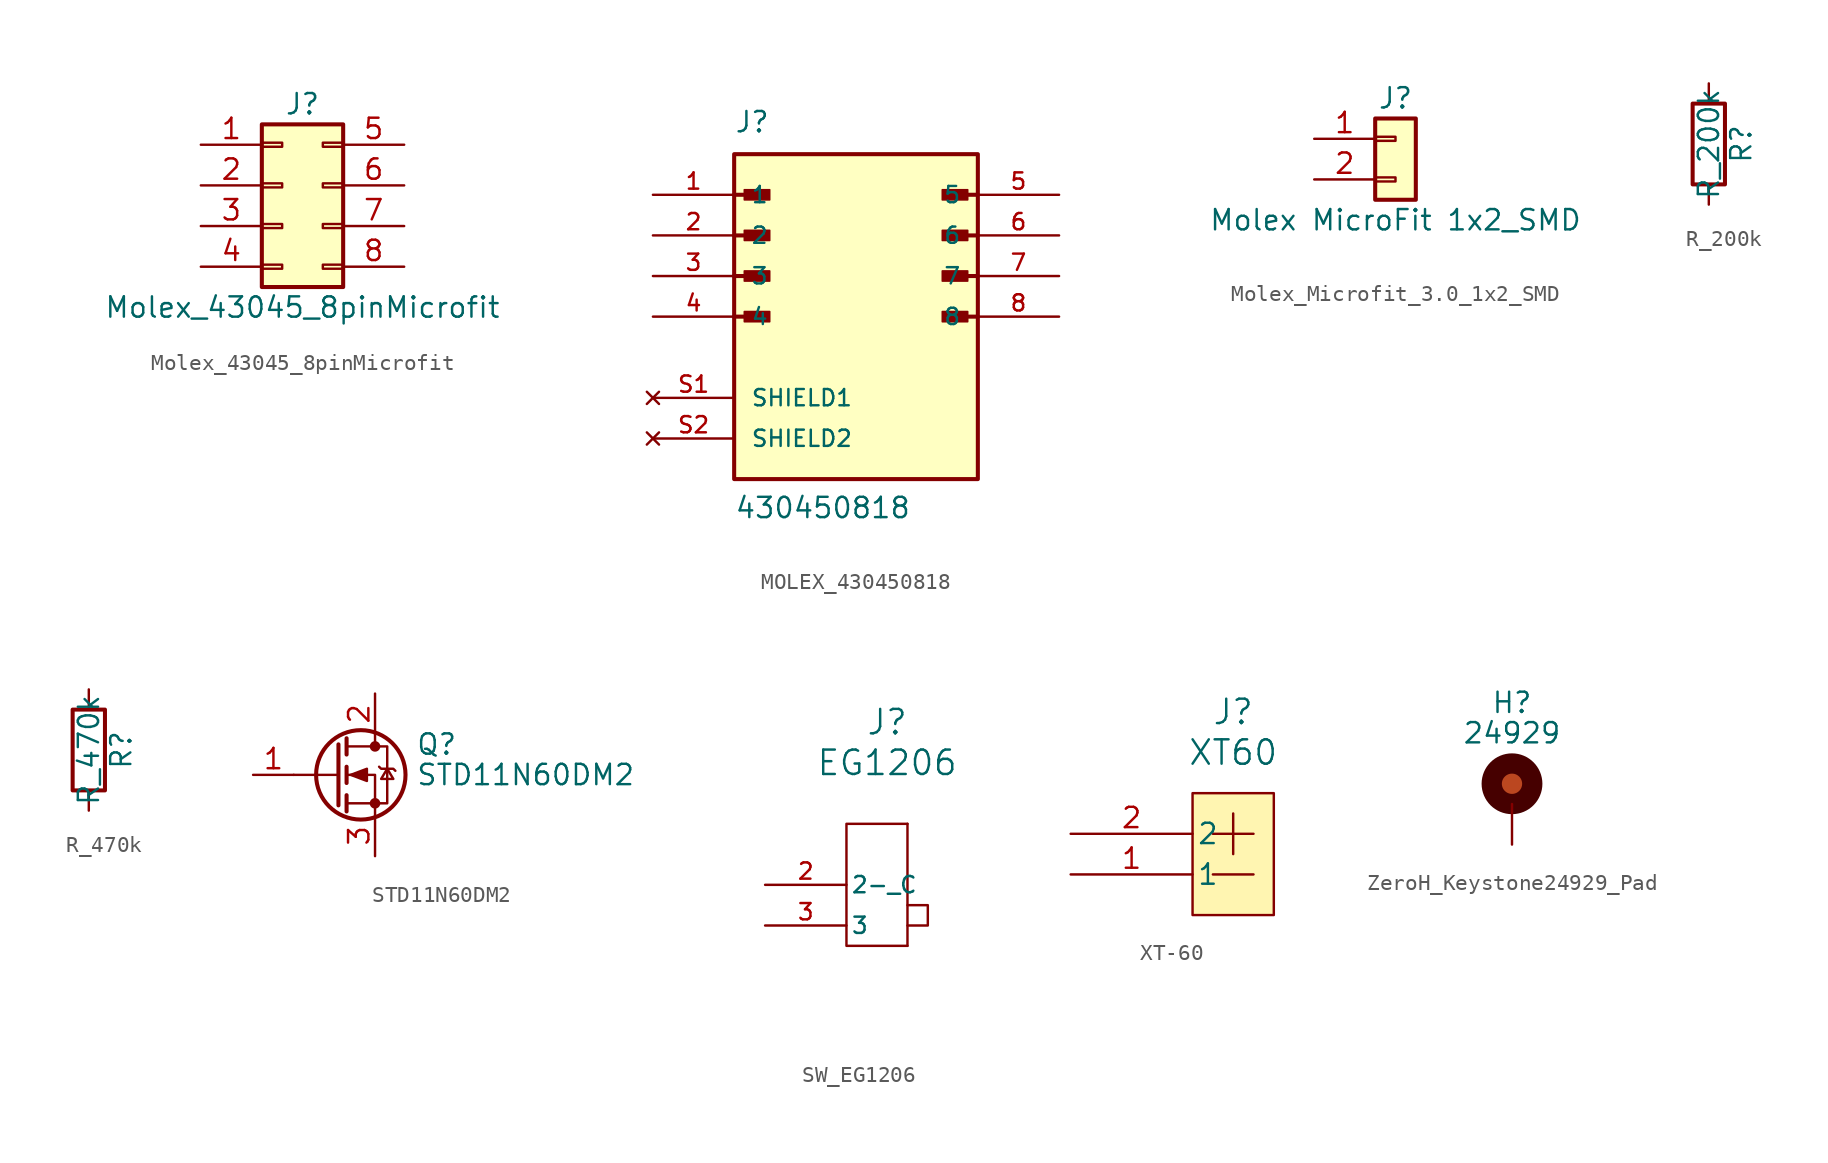
<source format=kicad_sym>
(kicad_symbol_lib
  (version 20220914)
  (generator kicad_symbol_editor)
  (symbol "Molex_43045_8pinMicrofit"
    (pin_names
      (offset 1.016) hide)
    (property "Reference" "J"
      (at 1.27 5.08 0)
      (effects (font (size 1.27 1.27))))
    (property "Value" "Molex_43045_8pinMicrofit"
      (at 1.27 -7.62 0)
      (effects (font (size 1.27 1.27))))
    (symbol "Molex_43045_8pinMicrofit_1_1"
      (rectangle (start -1.27 -4.953) (end 0 -5.207) (stroke (width 0.152) (type default)) (fill (type none)))
      (rectangle (start -1.27 -2.413) (end 0 -2.667) (stroke (width 0.152) (type default)) (fill (type none)))
      (rectangle (start -1.27 0.127) (end 0 -0.127) (stroke (width 0.152) (type default)) (fill (type none)))
      (rectangle (start -1.27 2.667) (end 0 2.413) (stroke (width 0.152) (type default)) (fill (type none)))
      (rectangle (start -1.27 3.81) (end 3.81 -6.35) (stroke (width 0.254) (type default)) (fill (type background)))
      (rectangle (start 3.81 -4.953) (end 2.54 -5.207) (stroke (width 0.152) (type default)) (fill (type none)))
      (rectangle (start 3.81 -2.413) (end 2.54 -2.667) (stroke (width 0.152) (type default)) (fill (type none)))
      (rectangle (start 3.81 0.127) (end 2.54 -0.127) (stroke (width 0.152) (type default)) (fill (type none)))
      (rectangle (start 3.81 2.667) (end 2.54 2.413) (stroke (width 0.152) (type default)) (fill (type none)))
      (pin passive line (at -5.08 2.54 0) (length 3.81) (name "Pin_1" (effects (font (size 1.27 1.27)))) (number "1" (effects (font (size 1.27 1.27)))))
      (pin passive line (at -5.08 0 0) (length 3.81) (name "Pin_2" (effects (font (size 1.27 1.27)))) (number "2" (effects (font (size 1.27 1.27)))))
      (pin passive line (at -5.08 -2.54 0) (length 3.81) (name "Pin_3" (effects (font (size 1.27 1.27)))) (number "3" (effects (font (size 1.27 1.27)))))
      (pin passive line (at -5.08 -5.08 0) (length 3.81) (name "Pin_4" (effects (font (size 1.27 1.27)))) (number "4" (effects (font (size 1.27 1.27)))))
      (pin passive line (at 7.62 2.54 180) (length 3.81) (name "Pin_5" (effects (font (size 1.27 1.27)))) (number "5" (effects (font (size 1.27 1.27)))))
      (pin passive line (at 7.62 0 180) (length 3.81) (name "Pin_6" (effects (font (size 1.27 1.27)))) (number "6" (effects (font (size 1.27 1.27)))))
      (pin passive line (at 7.62 -2.54 180) (length 3.81) (name "Pin_7" (effects (font (size 1.27 1.27)))) (number "7" (effects (font (size 1.27 1.27)))))
      (pin passive line (at 7.62 -5.08 180) (length 3.81) (name "Pin_8" (effects (font (size 1.27 1.27)))) (number "8" (effects (font (size 1.27 1.27)))))))
  (symbol "MOLEX_430450818"
    (pin_names
      (offset 1.016))
    (property "Reference" "J"
      (at -7.62 11.43 0)
      (effects (font (size 1.27 1.27)) (justify left bottom)))
    (property "Value" "430450818"
      (at -7.62 -12.7 0)
      (effects (font (size 1.27 1.27)) (justify left bottom)))
    (symbol "MOLEX_430450818_0_0"
      (rectangle (start -7.62 -10.16) (end 7.62 10.16) (stroke (width 0.254) (type default)) (fill (type background)))
      (rectangle (start -6.985 -0.318) (end -5.397 0.318) (stroke (width 0.1) (type default)) (fill (type outline)))
      (rectangle (start -6.985 2.223) (end -5.397 2.857) (stroke (width 0.1) (type default)) (fill (type outline)))
      (rectangle (start -6.985 4.763) (end -5.397 5.397) (stroke (width 0.1) (type default)) (fill (type outline)))
      (rectangle (start -6.985 7.303) (end -5.397 7.938) (stroke (width 0.1) (type default)) (fill (type outline)))
      (polyline (pts (xy -7.62 0) (xy -5.715 0)) (stroke (width 0.254) (type default)) (fill (type none)))
      (polyline (pts (xy -7.62 2.54) (xy -5.715 2.54)) (stroke (width 0.254) (type default)) (fill (type none)))
      (polyline (pts (xy -7.62 5.08) (xy -5.715 5.08)) (stroke (width 0.254) (type default)) (fill (type none)))
      (polyline (pts (xy -7.62 7.62) (xy -5.715 7.62)) (stroke (width 0.254) (type default)) (fill (type none)))
      (polyline (pts (xy 7.62 0) (xy 5.715 0)) (stroke (width 0.254) (type default)) (fill (type none)))
      (polyline (pts (xy 7.62 2.54) (xy 5.715 2.54)) (stroke (width 0.254) (type default)) (fill (type none)))
      (polyline (pts (xy 7.62 5.08) (xy 5.715 5.08)) (stroke (width 0.254) (type default)) (fill (type none)))
      (polyline (pts (xy 7.62 7.62) (xy 5.715 7.62)) (stroke (width 0.254) (type default)) (fill (type none)))
      (rectangle (start 5.397 -0.318) (end 6.985 0.318) (stroke (width 0.1) (type default)) (fill (type outline)))
      (rectangle (start 5.397 2.223) (end 6.985 2.857) (stroke (width 0.1) (type default)) (fill (type outline)))
      (rectangle (start 5.397 4.763) (end 6.985 5.397) (stroke (width 0.1) (type default)) (fill (type outline)))
      (rectangle (start 5.397 7.303) (end 6.985 7.938) (stroke (width 0.1) (type default)) (fill (type outline)))
      (pin passive line (at -12.7 7.62 0) (length 5.08) (name "1" (effects (font (size 1.016 1.016)))) (number "1" (effects (font (size 1.016 1.016)))))
      (pin passive line (at -12.7 5.08 0) (length 5.08) (name "2" (effects (font (size 1.016 1.016)))) (number "2" (effects (font (size 1.016 1.016)))))
      (pin passive line (at -12.7 2.54 0) (length 5.08) (name "3" (effects (font (size 1.016 1.016)))) (number "3" (effects (font (size 1.016 1.016)))))
      (pin passive line (at -12.7 0 0) (length 5.08) (name "4" (effects (font (size 1.016 1.016)))) (number "4" (effects (font (size 1.016 1.016)))))
      (pin passive line (at 12.7 7.62 180) (length 5.08) (name "5" (effects (font (size 1.016 1.016)))) (number "5" (effects (font (size 1.016 1.016)))))
      (pin passive line (at 12.7 5.08 180) (length 5.08) (name "6" (effects (font (size 1.016 1.016)))) (number "6" (effects (font (size 1.016 1.016)))))
      (pin passive line (at 12.7 2.54 180) (length 5.08) (name "7" (effects (font (size 1.016 1.016)))) (number "7" (effects (font (size 1.016 1.016)))))
      (pin passive line (at 12.7 0 180) (length 5.08) (name "8" (effects (font (size 1.016 1.016)))) (number "8" (effects (font (size 1.016 1.016))))))
    (symbol "MOLEX_430450818_1_0"
      (pin no_connect line (at -12.7 -5.08 0) (length 5.08) (name "SHIELD1" (effects (font (size 1.016 1.016)))) (number "S1" (effects (font (size 1.016 1.016)))))
      (pin no_connect line (at -12.7 -7.62 0) (length 5.08) (name "SHIELD2" (effects (font (size 1.016 1.016)))) (number "S2" (effects (font (size 1.016 1.016)))))))
  (symbol "Molex_Microfit_3.0_1x2_SMD"
    (pin_names
      (offset 1.016) hide)
    (property "Reference" "J"
      (at 0 2.54 0)
      (effects (font (size 1.27 1.27))))
    (property "Value" "Molex MicroFit 1x2_SMD"
      (at 0 -5.08 0)
      (effects (font (size 1.27 1.27))))
    (symbol "Molex_Microfit_3.0_1x2_SMD_1_1"
      (rectangle (start -1.27 -2.413) (end 0 -2.667) (stroke (width 0.152) (type default)) (fill (type none)))
      (rectangle (start -1.27 0.127) (end 0 -0.127) (stroke (width 0.152) (type default)) (fill (type none)))
      (rectangle (start -1.27 1.27) (end 1.27 -3.81) (stroke (width 0.254) (type default)) (fill (type background)))
      (pin passive line (at -5.08 0 0) (length 3.81) (name "Pin_1" (effects (font (size 1.27 1.27)))) (number "1" (effects (font (size 1.27 1.27)))))
      (pin passive line (at -5.08 -2.54 0) (length 3.81) (name "Pin_2" (effects (font (size 1.27 1.27)))) (number "2" (effects (font (size 1.27 1.27)))))
      (pin no_connect line (at 0 -7.62 90) (length 3.81) hide (name "MP1" (effects (font (size 1.27 1.27)))) (number "MP1" (effects (font (size 1.27 1.27)))))
      (pin no_connect line (at 2.54 -7.62 90) (length 3.81) hide (name "MP2" (effects (font (size 1.27 1.27)))) (number "MP2" (effects (font (size 1.27 1.27)))))))
  (symbol "R_200k"
    (pin_numbers hide)
    (pin_names
      (offset 0))
    (property "Reference" "R"
      (at 2.032 0 90)
      (effects (font (size 1.27 1.27))))
    (property "Value" "R_200k"
      (at 0 0 90)
      (effects (font (size 1.27 1.27))))
    (symbol "R_200k_0_1"
      (rectangle (start -1.016 -2.54) (end 1.016 2.54) (stroke (width 0.254) (type default)) (fill (type none))))
    (symbol "R_200k_1_1"
      (pin passive line (at 0 3.81 270) (length 1.27) (name "~" (effects (font (size 1.27 1.27)))) (number "1" (effects (font (size 1.27 1.27)))))
      (pin passive line (at 0 -3.81 90) (length 1.27) (name "~" (effects (font (size 1.27 1.27)))) (number "2" (effects (font (size 1.27 1.27)))))))
  (symbol "R_470k"
    (pin_numbers hide)
    (pin_names
      (offset 0))
    (property "Reference" "R"
      (at 2.032 0 90)
      (effects (font (size 1.27 1.27))))
    (property "Value" "R_470k"
      (at 0 0 90)
      (effects (font (size 1.27 1.27))))
    (symbol "R_470k_0_1"
      (rectangle (start -1.016 -2.54) (end 1.016 2.54) (stroke (width 0.254) (type default)) (fill (type none))))
    (symbol "R_470k_1_1"
      (pin passive line (at 0 3.81 270) (length 1.27) (name "~" (effects (font (size 1.27 1.27)))) (number "1" (effects (font (size 1.27 1.27)))))
      (pin passive line (at 0 -3.81 90) (length 1.27) (name "~" (effects (font (size 1.27 1.27)))) (number "2" (effects (font (size 1.27 1.27)))))))
  (symbol "STD11N60DM2"
    (pin_names hide)
    (property "Reference" "Q"
      (at 5.08 1.905 0)
      (effects (font (size 1.27 1.27)) (justify left)))
    (property "Value" "STD11N60DM2"
      (at 5.08 0 0)
      (effects (font (size 1.27 1.27)) (justify left)))
    (symbol "STD11N60DM2_0_1"
      (polyline (pts (xy 0.254 0) (xy -2.54 0)) (stroke (width 0) (type default)) (fill (type none)))
      (polyline (pts (xy 0.254 1.905) (xy 0.254 -1.905)) (stroke (width 0.254) (type default)) (fill (type none)))
      (polyline (pts (xy 0.762 -1.27) (xy 0.762 -2.286)) (stroke (width 0.254) (type default)) (fill (type none)))
      (polyline (pts (xy 0.762 0.508) (xy 0.762 -0.508)) (stroke (width 0.254) (type default)) (fill (type none)))
      (polyline (pts (xy 0.762 2.286) (xy 0.762 1.27)) (stroke (width 0.254) (type default)) (fill (type none)))
      (polyline (pts (xy 2.54 2.54) (xy 2.54 1.778)) (stroke (width 0) (type default)) (fill (type none)))
      (polyline (pts (xy 2.54 -2.54) (xy 2.54 0) (xy 0.762 0)) (stroke (width 0) (type default)) (fill (type none)))
      (polyline (pts (xy 0.762 -1.778) (xy 3.302 -1.778) (xy 3.302 1.778) (xy 0.762 1.778)) (stroke (width 0) (type default)) (fill (type none)))
      (polyline (pts (xy 1.016 0) (xy 2.032 0.381) (xy 2.032 -0.381) (xy 1.016 0)) (stroke (width 0) (type default)) (fill (type outline)))
      (polyline (pts (xy 2.794 0.508) (xy 2.921 0.381) (xy 3.683 0.381) (xy 3.81 0.254)) (stroke (width 0) (type default)) (fill (type none)))
      (polyline (pts (xy 3.302 0.381) (xy 2.921 -0.254) (xy 3.683 -0.254) (xy 3.302 0.381)) (stroke (width 0) (type default)) (fill (type none)))
      (circle (center 1.651 0) (radius 2.794) (stroke (width 0.254) (type default)) (fill (type none)))
      (circle (center 2.54 -1.778) (radius 0.254) (stroke (width 0) (type default)) (fill (type outline)))
      (circle (center 2.54 1.778) (radius 0.254) (stroke (width 0) (type default)) (fill (type outline))))
    (symbol "STD11N60DM2_1_1"
      (pin passive line (at -5.08 0 0) (length 2.54) (name "G" (effects (font (size 1.27 1.27)))) (number "1" (effects (font (size 1.27 1.27)))))
      (pin passive line (at 2.54 5.08 270) (length 2.54) (name "D" (effects (font (size 1.27 1.27)))) (number "2" (effects (font (size 1.27 1.27)))))
      (pin passive line (at 2.54 -5.08 90) (length 2.54) (name "S" (effects (font (size 1.27 1.27)))) (number "3" (effects (font (size 1.27 1.27)))))))
  (symbol "SW_EG1206"
    (pin_names
      (offset 0.254))
    (property "Reference" "J"
      (at 1.27 8.89 0)
      (effects (font (size 1.524 1.524))))
    (property "Value" "EG1206"
      (at 1.27 6.35 0)
      (effects (font (size 1.524 1.524))))
    (symbol "SW_EG1206_0_0"
      (pin bidirectional line (at -6.35 -1.27 0) (length 5.08) (name "2-_C" (effects (font (size 1.016 1.016)))) (number "2" (effects (font (size 1.016 1.016)))))
      (pin bidirectional line (at -6.35 -3.81 0) (length 5.08) (name "3" (effects (font (size 1.016 1.016)))) (number "3" (effects (font (size 1.016 1.016))))))
    (symbol "SW_EG1206_0_1"
      (polyline (pts (xy 2.54 -2.54) (xy 3.81 -2.54) (xy 3.81 -3.81) (xy 2.54 -3.81)) (stroke (width 0) (type default)) (fill (type none))))
    (symbol "SW_EG1206_1_0"
      (pin no_connect line (at 1.27 -3.81 90) (length 5.08) hide (name "1" (effects (font (size 1.016 1.016)))) (number "1" (effects (font (size 1.016 1.016)))))
      (pin no_connect line (at 0 -10.16 90) (length 5.08) hide (name "SH1" (effects (font (size 1.016 1.016)))) (number "SH1" (effects (font (size 1.016 1.016)))))
      (pin no_connect line (at 0 7.62 270) (length 5.08) hide (name "SH2" (effects (font (size 1.016 1.016)))) (number "SH2" (effects (font (size 1.016 1.016))))))
    (symbol "SW_EG1206_1_1"
      (polyline (pts (xy 2.54 2.54) (xy 2.54 -5.08)) (stroke (width 0) (type default)) (fill (type none)))
      (polyline (pts (xy 2.54 -5.08) (xy -1.27 -5.08) (xy -1.27 2.54) (xy 2.54 2.54)) (stroke (width 0) (type default)) (fill (type none)))))
  (symbol "XT-60"
    (pin_names
      (offset 0.254))
    (property "Reference" "J"
      (at 1.27 8.89 0)
      (effects (font (size 1.524 1.524))))
    (property "Value" "XT60"
      (at 1.27 6.35 0)
      (effects (font (size 1.524 1.524))))
    (symbol "XT-60_0_1"
      (polyline (pts (xy 0 -1.27) (xy 2.54 -1.27)) (stroke (width 0) (type default)) (fill (type none)))
      (polyline (pts (xy 0 1.27) (xy 2.54 1.27)) (stroke (width 0) (type default)) (fill (type none)))
      (polyline (pts (xy 1.27 2.54) (xy 1.27 0)) (stroke (width 0) (type default)) (fill (type none))))
    (symbol "XT-60_1_1"
      (rectangle (start -1.27 3.81) (end 3.81 -3.81) (stroke (width 0) (type default)) (fill (type color) (color 255 245 177 1)))
      (pin power_in line (at -8.89 -1.27 0) (length 7.62) (name "1" (effects (font (size 1.27 1.27)))) (number "1" (effects (font (size 1.27 1.27)))))
      (pin power_in line (at -8.89 1.27 0) (length 7.62) (name "2" (effects (font (size 1.27 1.27)))) (number "2" (effects (font (size 1.27 1.27)))))))
  (symbol "ZeroH_Keystone24929_Pad"
    (pin_numbers hide)
    (pin_names
      (offset 1.016) hide)
    (property "Reference" "H"
      (at 0 6.35 0)
      (effects (font (size 1.27 1.27))))
    (property "Value" "24929"
      (at 0 4.445 0)
      (effects (font (size 1.27 1.27))))
    (symbol "ZeroH_Keystone24929_Pad_1_1"
      (circle (center 0 1.27) (radius 1.27) (stroke (width 1.27) (type default) (color 70 0 0 1)) (fill (type color) (color 187 71 32 1)))
      (pin input line (at 0 -2.54 90) (length 2.54) (name "1" (effects (font (size 1.27 1.27)))) (number "1" (effects (font (size 1.27 1.27))))))))
</source>
